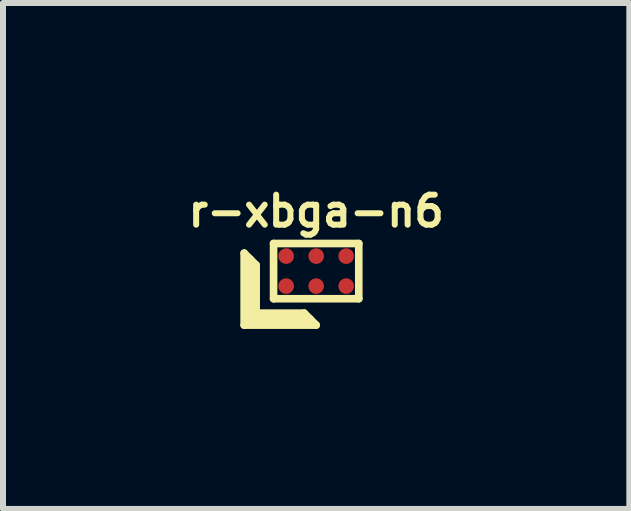
<source format=kicad_pcb>
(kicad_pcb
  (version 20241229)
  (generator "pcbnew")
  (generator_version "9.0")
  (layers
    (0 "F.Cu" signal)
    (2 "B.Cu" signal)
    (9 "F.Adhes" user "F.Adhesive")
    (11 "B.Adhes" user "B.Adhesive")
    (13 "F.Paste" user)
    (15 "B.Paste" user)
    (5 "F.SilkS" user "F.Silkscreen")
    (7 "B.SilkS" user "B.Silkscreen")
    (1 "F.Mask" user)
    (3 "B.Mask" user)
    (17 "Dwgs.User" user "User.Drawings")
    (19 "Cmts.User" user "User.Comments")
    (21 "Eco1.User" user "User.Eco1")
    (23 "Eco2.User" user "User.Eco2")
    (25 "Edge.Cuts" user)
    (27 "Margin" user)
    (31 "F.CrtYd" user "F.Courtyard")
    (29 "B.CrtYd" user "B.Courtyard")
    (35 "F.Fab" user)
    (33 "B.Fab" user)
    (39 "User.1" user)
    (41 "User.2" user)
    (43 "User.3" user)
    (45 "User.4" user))
  (footprint "r-xbga-n6"
    (layer "F.Cu")
    (at 2.219 1.468)
    (property "Reference" "r-xbga-n6" (at 0 -1 0) (layer "F.SilkS") (effects (font (size 0.5 0.5) (thickness 0.1))))
    (attr smd)
    (fp_line (start -1.2 -0.3) (end -1 -0.1) (stroke (width 0.127) (type solid)) (layer "F.SilkS"))
    (fp_line (start -1.2 0.9) (end -1.2 -0.3) (stroke (width 0.127) (type solid)) (layer "F.SilkS"))
    (fp_line (start -1.1 -0.2) (end -1.1 0.8) (stroke (width 0.127) (type solid)) (layer "F.SilkS"))
    (fp_line (start -1.1 0.8) (end -0.1 0.8) (stroke (width 0.127) (type solid)) (layer "F.SilkS"))
    (fp_line (start -1 -0.1) (end -1 0.7) (stroke (width 0.127) (type solid)) (layer "F.SilkS"))
    (fp_line (start -1 0.7) (end -0.2 0.7) (stroke (width 0.127) (type solid)) (layer "F.SilkS"))
    (fp_line (start -0.71 -0.46) (end -0.71 0.46) (stroke (width 0.127) (type solid)) (layer "F.SilkS"))
    (fp_line (start -0.71 -0.46) (end 0.71 -0.46) (stroke (width 0.127) (type solid)) (layer "F.SilkS"))
    (fp_line (start -0.71 0.46) (end 0.71 0.46) (stroke (width 0.127) (type solid)) (layer "F.SilkS"))
    (fp_line (start -0.2 0.7) (end 0 0.9) (stroke (width 0.127) (type solid)) (layer "F.SilkS"))
    (fp_line (start 0 0.9) (end -1.2 0.9) (stroke (width 0.127) (type solid)) (layer "F.SilkS"))
    (fp_line (start 0.71 -0.46) (end 0.71 0.46) (stroke (width 0.127) (type solid)) (layer "F.SilkS"))
    (pad "A1" smd circle (at -0.5 0.25) (size 0.26 0.26) (layers "F.Cu" "F.Mask" "F.Paste"))
    (pad "A2" smd circle (at -0.5 -0.25) (size 0.26 0.26) (layers "F.Cu" "F.Mask" "F.Paste"))
    (pad "B1" smd circle (at 0 0.25) (size 0.26 0.26) (layers "F.Cu" "F.Mask" "F.Paste"))
    (pad "B2" smd circle (at 0 -0.25) (size 0.26 0.26) (layers "F.Cu" "F.Mask" "F.Paste"))
    (pad "C1" smd circle (at 0.5 0.25) (size 0.26 0.26) (layers "F.Cu" "F.Mask" "F.Paste"))
    (pad "C2" smd circle (at 0.5 -0.25) (size 0.26 0.26) (layers "F.Cu" "F.Mask" "F.Paste")))
  (gr_rect
    (start -3 -3)
    (end 7.438 5.431)
    (stroke (width 0.1) (type default))
    (fill no)
    (layer "Edge.Cuts")))
</source>
